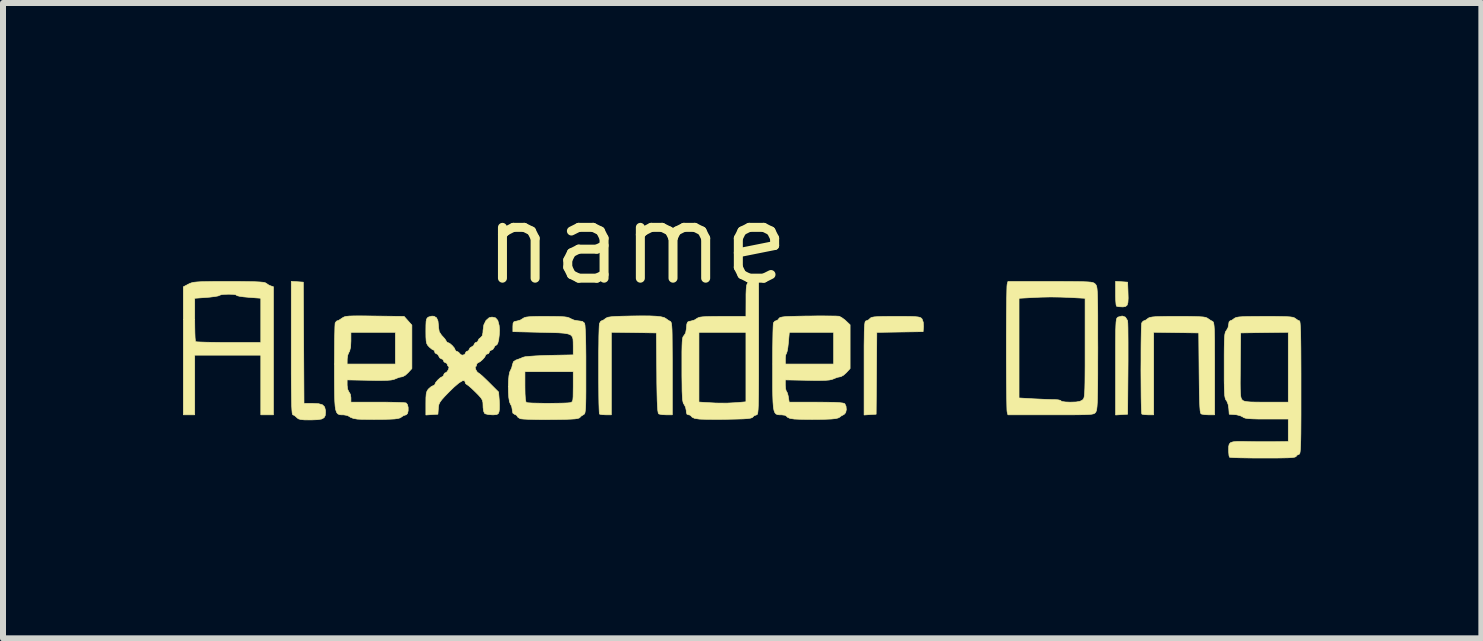
<source format=kicad_pcb>
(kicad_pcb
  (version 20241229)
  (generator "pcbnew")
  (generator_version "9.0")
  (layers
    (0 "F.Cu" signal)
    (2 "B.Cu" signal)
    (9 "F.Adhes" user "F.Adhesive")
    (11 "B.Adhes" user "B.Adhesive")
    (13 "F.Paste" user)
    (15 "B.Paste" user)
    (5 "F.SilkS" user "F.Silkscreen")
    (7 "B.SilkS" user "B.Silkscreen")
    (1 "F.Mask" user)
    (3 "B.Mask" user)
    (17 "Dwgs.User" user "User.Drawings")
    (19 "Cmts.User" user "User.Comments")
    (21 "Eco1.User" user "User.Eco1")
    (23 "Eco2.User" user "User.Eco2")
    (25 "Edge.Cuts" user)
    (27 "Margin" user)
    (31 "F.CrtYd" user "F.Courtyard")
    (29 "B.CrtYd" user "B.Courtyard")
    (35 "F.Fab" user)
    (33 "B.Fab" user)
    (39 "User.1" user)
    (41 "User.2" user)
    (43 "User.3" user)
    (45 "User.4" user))
  (footprint "name"
    (layer "F.Cu")
    (at 7.561 1.006)
    (property "Reference" "name" (at 0 0 0) (layer "F.SilkS") (effects (font (size 1.27 1.27) (thickness 0.15))))
    (attr through_hole)
    (fp_poly (pts (xy 8.08 0.639) (xy 8.181 0.646) (xy 8.187 0.804) (xy 8.19 0.912) (xy 8.186 0.984) (xy 8.173 1.028) (xy 8.148 1.05) (xy 8.109 1.058) (xy 8.089 1.058) (xy 8.033 1.055) (xy 7.997 1.047) (xy 7.994 1.044) (xy 7.988 1.018) (xy 7.983 0.96) (xy 7.98 0.88) (xy 7.98 0.831) (xy 7.98 0.633) (xy 8.08 0.639)) (stroke (width 0.01) (type solid)) (fill yes) (layer "F.SilkS"))
    (fp_poly (pts (xy 8.144 1.229) (xy 8.177 1.282) (xy 8.181 1.297) (xy 8.184 1.334) (xy 8.186 1.407) (xy 8.187 1.513) (xy 8.188 1.644) (xy 8.188 1.796) (xy 8.188 1.964) (xy 8.187 2.106) (xy 8.181 2.847) (xy 8.08 2.853) (xy 7.98 2.86) (xy 7.98 2.055) (xy 7.98 1.849) (xy 7.98 1.682) (xy 7.981 1.549) (xy 7.982 1.446) (xy 7.985 1.369) (xy 7.988 1.313) (xy 7.993 1.276) (xy 7.999 1.252) (xy 8.008 1.239) (xy 8.018 1.23) (xy 8.024 1.227) (xy 8.09 1.21) (xy 8.144 1.229)) (stroke (width 0.01) (type solid)) (fill yes) (layer "F.SilkS"))
    (fp_poly (pts (xy -5.657 0.639) (xy -5.556 0.646) (xy -5.545 2.667) (xy -5.399 2.667) (xy -5.3 2.672) (xy -5.237 2.69) (xy -5.201 2.726) (xy -5.187 2.784) (xy -5.186 2.816) (xy -5.191 2.869) (xy -5.211 2.905) (xy -5.251 2.927) (xy -5.32 2.938) (xy -5.423 2.942) (xy -5.449 2.942) (xy -5.541 2.941) (xy -5.6 2.935) (xy -5.638 2.924) (xy -5.663 2.905) (xy -5.667 2.9) (xy -5.704 2.868) (xy -5.73 2.857) (xy -5.736 2.85) (xy -5.742 2.825) (xy -5.746 2.78) (xy -5.75 2.713) (xy -5.752 2.619) (xy -5.754 2.497) (xy -5.756 2.343) (xy -5.757 2.155) (xy -5.757 1.929) (xy -5.757 1.745) (xy -5.757 0.633) (xy -5.657 0.639)) (stroke (width 0.01) (type solid)) (fill yes) (layer "F.SilkS"))
    (fp_poly (pts (xy 4.459 1.217) (xy 4.564 1.218) (xy 4.638 1.221) (xy 4.688 1.226) (xy 4.72 1.233) (xy 4.74 1.244) (xy 4.753 1.258) (xy 4.755 1.259) (xy 4.775 1.314) (xy 4.779 1.386) (xy 4.773 1.471) (xy 4.387 1.477) (xy 4.001 1.483) (xy 3.996 2.165) (xy 3.99 2.847) (xy 3.889 2.853) (xy 3.789 2.86) (xy 3.789 2.075) (xy 3.789 1.872) (xy 3.789 1.706) (xy 3.791 1.575) (xy 3.792 1.475) (xy 3.795 1.401) (xy 3.799 1.35) (xy 3.804 1.317) (xy 3.81 1.299) (xy 3.819 1.292) (xy 3.824 1.291) (xy 3.863 1.275) (xy 3.885 1.254) (xy 3.899 1.241) (xy 3.921 1.232) (xy 3.958 1.225) (xy 4.016 1.221) (xy 4.1 1.218) (xy 4.216 1.217) (xy 4.318 1.217) (xy 4.459 1.217)) (stroke (width 0.01) (type solid)) (fill yes) (layer "F.SilkS"))
    (fp_poly (pts (xy -6.614 0.635) (xy -6.471 0.637) (xy -6.361 0.639) (xy -6.281 0.643) (xy -6.227 0.648) (xy -6.193 0.655) (xy -6.176 0.664) (xy -6.176 0.664) (xy -6.132 0.694) (xy -6.1 0.708) (xy -6.054 0.723) (xy -6.054 2.857) (xy -6.265 2.857) (xy -6.265 1.863) (xy -7.366 1.863) (xy -7.366 2.857) (xy -7.556 2.857) (xy -7.556 0.915) (xy -7.366 0.915) (xy -7.366 1.269) (xy -7.365 1.387) (xy -7.363 1.491) (xy -7.36 1.571) (xy -7.355 1.623) (xy -7.352 1.637) (xy -7.328 1.641) (xy -7.267 1.644) (xy -7.176 1.647) (xy -7.059 1.649) (xy -6.924 1.651) (xy -6.802 1.651) (xy -6.265 1.651) (xy -6.265 0.914) (xy -6.466 0.899) (xy -6.553 0.891) (xy -6.621 0.881) (xy -6.661 0.871) (xy -6.668 0.865) (xy -6.686 0.855) (xy -6.734 0.849) (xy -6.798 0.847) (xy -6.864 0.849) (xy -6.919 0.854) (xy -6.95 0.864) (xy -6.952 0.866) (xy -6.977 0.876) (xy -7.034 0.886) (xy -7.114 0.896) (xy -7.165 0.9) (xy -7.366 0.915) (xy -7.556 0.915) (xy -7.556 0.724) (xy -7.471 0.679) (xy -7.444 0.666) (xy -7.415 0.656) (xy -7.379 0.648) (xy -7.33 0.643) (xy -7.264 0.639) (xy -7.175 0.637) (xy -7.057 0.635) (xy -6.906 0.635) (xy -6.795 0.635) (xy -6.614 0.635)) (stroke (width 0.01) (type solid)) (fill yes) (layer "F.SilkS"))
    (fp_poly (pts (xy 0.22 1.209) (xy 0.327 1.214) (xy 0.404 1.223) (xy 0.457 1.236) (xy 0.489 1.254) (xy 0.492 1.257) (xy 0.536 1.288) (xy 0.556 1.297) (xy 0.565 1.303) (xy 0.573 1.316) (xy 0.579 1.34) (xy 0.584 1.379) (xy 0.588 1.438) (xy 0.59 1.519) (xy 0.591 1.628) (xy 0.592 1.769) (xy 0.593 1.945) (xy 0.593 2.084) (xy 0.593 2.857) (xy 0.492 2.857) (xy 0.427 2.854) (xy 0.378 2.845) (xy 0.365 2.84) (xy 0.358 2.824) (xy 0.351 2.785) (xy 0.346 2.719) (xy 0.341 2.623) (xy 0.338 2.494) (xy 0.335 2.328) (xy 0.334 2.158) (xy 0.328 1.492) (xy -0.048 1.486) (xy -0.423 1.481) (xy -0.423 2.857) (xy -0.515 2.857) (xy -0.574 2.854) (xy -0.614 2.847) (xy -0.621 2.843) (xy -0.624 2.819) (xy -0.627 2.759) (xy -0.63 2.668) (xy -0.632 2.553) (xy -0.633 2.418) (xy -0.634 2.271) (xy -0.634 2.117) (xy -0.634 1.962) (xy -0.634 1.812) (xy -0.632 1.673) (xy -0.631 1.55) (xy -0.628 1.45) (xy -0.625 1.378) (xy -0.622 1.341) (xy -0.622 1.339) (xy -0.603 1.302) (xy -0.587 1.291) (xy -0.555 1.278) (xy -0.523 1.254) (xy -0.503 1.241) (xy -0.473 1.23) (xy -0.426 1.223) (xy -0.357 1.218) (xy -0.259 1.214) (xy -0.126 1.211) (xy -0.099 1.21) (xy 0.079 1.208) (xy 0.22 1.209)) (stroke (width 0.01) (type solid)) (fill yes) (layer "F.SilkS"))
    (fp_poly (pts (xy 9.172 1.217) (xy 9.291 1.219) (xy 9.378 1.222) (xy 9.439 1.226) (xy 9.479 1.233) (xy 9.505 1.243) (xy 9.517 1.251) (xy 9.564 1.283) (xy 9.594 1.298) (xy 9.603 1.304) (xy 9.611 1.317) (xy 9.617 1.34) (xy 9.622 1.379) (xy 9.626 1.438) (xy 9.628 1.519) (xy 9.63 1.628) (xy 9.63 1.768) (xy 9.631 1.944) (xy 9.631 2.084) (xy 9.631 2.857) (xy 9.53 2.857) (xy 9.465 2.854) (xy 9.416 2.845) (xy 9.404 2.84) (xy 9.396 2.824) (xy 9.389 2.785) (xy 9.384 2.719) (xy 9.38 2.623) (xy 9.376 2.494) (xy 9.374 2.328) (xy 9.372 2.158) (xy 9.366 1.492) (xy 8.615 1.481) (xy 8.615 2.857) (xy 8.523 2.857) (xy 8.464 2.854) (xy 8.424 2.847) (xy 8.417 2.843) (xy 8.414 2.819) (xy 8.411 2.759) (xy 8.408 2.668) (xy 8.406 2.553) (xy 8.405 2.418) (xy 8.404 2.271) (xy 8.403 2.116) (xy 8.404 1.96) (xy 8.404 1.809) (xy 8.405 1.669) (xy 8.407 1.544) (xy 8.409 1.442) (xy 8.412 1.369) (xy 8.415 1.329) (xy 8.416 1.325) (xy 8.439 1.296) (xy 8.451 1.291) (xy 8.483 1.278) (xy 8.515 1.254) (xy 8.532 1.242) (xy 8.558 1.233) (xy 8.597 1.226) (xy 8.656 1.221) (xy 8.739 1.219) (xy 8.853 1.217) (xy 9.004 1.217) (xy 9.017 1.217) (xy 9.172 1.217)) (stroke (width 0.01) (type solid)) (fill yes) (layer "F.SilkS"))
    (fp_poly (pts (xy 2.032 1.746) (xy 2.032 1.992) (xy 2.032 2.2) (xy 2.031 2.371) (xy 2.03 2.51) (xy 2.028 2.62) (xy 2.026 2.705) (xy 2.023 2.767) (xy 2.019 2.81) (xy 2.014 2.837) (xy 2.008 2.851) (xy 2.001 2.857) (xy 1.997 2.857) (xy 1.956 2.873) (xy 1.938 2.891) (xy 1.923 2.904) (xy 1.894 2.913) (xy 1.846 2.92) (xy 1.773 2.925) (xy 1.669 2.928) (xy 1.534 2.931) (xy 1.402 2.933) (xy 1.276 2.933) (xy 1.167 2.932) (xy 1.082 2.93) (xy 1.041 2.928) (xy 0.964 2.916) (xy 0.922 2.896) (xy 0.917 2.888) (xy 0.889 2.862) (xy 0.866 2.857) (xy 0.837 2.847) (xy 0.826 2.809) (xy 0.826 2.79) (xy 0.814 2.73) (xy 0.79 2.684) (xy 0.779 2.668) (xy 0.771 2.642) (xy 0.764 2.603) (xy 0.76 2.544) (xy 0.756 2.462) (xy 0.755 2.35) (xy 0.753 2.203) (xy 0.753 2.104) (xy 0.753 1.937) (xy 0.753 1.808) (xy 0.755 1.71) (xy 0.758 1.64) (xy 0.763 1.593) (xy 0.769 1.563) (xy 0.779 1.545) (xy 0.787 1.537) (xy 0.815 1.493) (xy 0.817 1.482) (xy 1.037 1.482) (xy 1.037 2.644) (xy 1.138 2.651) (xy 1.322 2.661) (xy 1.504 2.662) (xy 1.664 2.654) (xy 1.677 2.653) (xy 1.82 2.64) (xy 1.82 1.482) (xy 1.037 1.482) (xy 0.817 1.482) (xy 0.829 1.413) (xy 0.829 1.406) (xy 0.835 1.344) (xy 0.848 1.312) (xy 0.873 1.299) (xy 0.9 1.295) (xy 0.96 1.278) (xy 1.002 1.252) (xy 1.022 1.24) (xy 1.052 1.23) (xy 1.098 1.224) (xy 1.167 1.22) (xy 1.265 1.218) (xy 1.398 1.217) (xy 1.431 1.217) (xy 1.82 1.217) (xy 1.821 0.974) (xy 1.821 0.847) (xy 1.825 0.757) (xy 1.832 0.697) (xy 1.847 0.66) (xy 1.87 0.642) (xy 1.905 0.636) (xy 1.939 0.635) (xy 2.032 0.635) (xy 2.032 1.746)) (stroke (width 0.01) (type solid)) (fill yes) (layer "F.SilkS"))
    (fp_poly (pts (xy -4.507 1.209) (xy -4.365 1.211) (xy -3.876 1.217) (xy -3.811 1.29) (xy -3.747 1.362) (xy -3.747 2.086) (xy -3.809 2.154) (xy -3.856 2.197) (xy -3.9 2.221) (xy -3.911 2.223) (xy -3.958 2.232) (xy -4.015 2.254) (xy -4.018 2.256) (xy -4.05 2.268) (xy -4.094 2.277) (xy -4.156 2.282) (xy -4.242 2.284) (xy -4.36 2.284) (xy -4.455 2.282) (xy -4.826 2.275) (xy -4.826 2.363) (xy -4.818 2.43) (xy -4.797 2.474) (xy -4.794 2.477) (xy -4.772 2.515) (xy -4.763 2.571) (xy -4.763 2.574) (xy -4.763 2.646) (xy -4.32 2.646) (xy -4.185 2.646) (xy -4.064 2.648) (xy -3.963 2.651) (xy -3.889 2.654) (xy -3.848 2.658) (xy -3.843 2.659) (xy -3.821 2.686) (xy -3.809 2.734) (xy -3.809 2.789) (xy -3.82 2.835) (xy -3.842 2.857) (xy -3.845 2.857) (xy -3.888 2.871) (xy -3.92 2.893) (xy -3.943 2.908) (xy -3.979 2.918) (xy -4.035 2.926) (xy -4.117 2.93) (xy -4.233 2.933) (xy -4.261 2.933) (xy -4.379 2.934) (xy -4.491 2.933) (xy -4.585 2.932) (xy -4.651 2.929) (xy -4.66 2.928) (xy -4.725 2.916) (xy -4.773 2.897) (xy -4.785 2.888) (xy -4.822 2.868) (xy -4.88 2.858) (xy -4.891 2.857) (xy -4.929 2.857) (xy -4.959 2.852) (xy -4.983 2.84) (xy -5.002 2.815) (xy -5.016 2.774) (xy -5.026 2.714) (xy -5.032 2.629) (xy -5.035 2.517) (xy -5.037 2.373) (xy -5.038 2.193) (xy -5.038 2.061) (xy -5.038 2.011) (xy -4.826 2.011) (xy -4.022 2.011) (xy -4.022 1.482) (xy -4.763 1.482) (xy -4.763 1.626) (xy -4.768 1.729) (xy -4.785 1.797) (xy -4.794 1.811) (xy -4.815 1.86) (xy -4.825 1.924) (xy -4.825 1.931) (xy -4.826 2.011) (xy -5.038 2.011) (xy -5.037 1.891) (xy -5.036 1.734) (xy -5.035 1.596) (xy -5.032 1.48) (xy -5.03 1.393) (xy -5.027 1.339) (xy -5.025 1.325) (xy -5.004 1.296) (xy -4.992 1.291) (xy -4.963 1.28) (xy -4.919 1.251) (xy -4.914 1.248) (xy -4.893 1.234) (xy -4.869 1.223) (xy -4.837 1.216) (xy -4.79 1.211) (xy -4.724 1.209) (xy -4.631 1.208) (xy -4.507 1.209)) (stroke (width 0.01) (type solid)) (fill yes) (layer "F.SilkS"))
    (fp_poly (pts (xy 7.084 0.635) (xy 7.238 0.636) (xy 7.359 0.637) (xy 7.451 0.639) (xy 7.518 0.642) (xy 7.566 0.646) (xy 7.598 0.652) (xy 7.619 0.66) (xy 7.634 0.67) (xy 7.641 0.677) (xy 7.651 0.688) (xy 7.659 0.702) (xy 7.666 0.723) (xy 7.671 0.755) (xy 7.675 0.8) (xy 7.678 0.863) (xy 7.68 0.948) (xy 7.682 1.058) (xy 7.683 1.197) (xy 7.683 1.368) (xy 7.683 1.575) (xy 7.684 1.742) (xy 7.683 1.98) (xy 7.683 2.179) (xy 7.682 2.343) (xy 7.68 2.475) (xy 7.678 2.58) (xy 7.675 2.66) (xy 7.671 2.719) (xy 7.666 2.76) (xy 7.66 2.788) (xy 7.653 2.806) (xy 7.651 2.81) (xy 7.641 2.823) (xy 7.629 2.833) (xy 7.61 2.841) (xy 7.58 2.847) (xy 7.534 2.851) (xy 7.468 2.854) (xy 7.378 2.856) (xy 7.259 2.857) (xy 7.107 2.857) (xy 6.917 2.857) (xy 6.186 2.857) (xy 6.173 2.81) (xy 6.17 2.78) (xy 6.168 2.711) (xy 6.166 2.61) (xy 6.164 2.478) (xy 6.162 2.322) (xy 6.161 2.146) (xy 6.16 1.953) (xy 6.16 1.748) (xy 6.16 1.746) (xy 6.16 1.541) (xy 6.161 1.348) (xy 6.162 1.172) (xy 6.164 1.015) (xy 6.165 0.915) (xy 6.371 0.915) (xy 6.371 2.576) (xy 6.609 2.59) (xy 6.719 2.595) (xy 6.826 2.6) (xy 6.915 2.603) (xy 6.959 2.603) (xy 7.021 2.607) (xy 7.061 2.616) (xy 7.07 2.625) (xy 7.089 2.635) (xy 7.143 2.643) (xy 7.221 2.646) (xy 7.228 2.646) (xy 7.322 2.643) (xy 7.384 2.633) (xy 7.424 2.613) (xy 7.429 2.609) (xy 7.44 2.599) (xy 7.449 2.585) (xy 7.456 2.563) (xy 7.461 2.53) (xy 7.465 2.48) (xy 7.468 2.411) (xy 7.47 2.318) (xy 7.471 2.197) (xy 7.472 2.044) (xy 7.472 1.855) (xy 7.472 1.744) (xy 7.472 0.915) (xy 7.197 0.9) (xy 7.057 0.895) (xy 6.897 0.893) (xy 6.741 0.896) (xy 6.646 0.9) (xy 6.371 0.915) (xy 6.165 0.915) (xy 6.166 0.884) (xy 6.168 0.782) (xy 6.17 0.713) (xy 6.173 0.683) (xy 6.173 0.683) (xy 6.186 0.635) (xy 6.892 0.635) (xy 7.084 0.635)) (stroke (width 0.01) (type solid)) (fill yes) (layer "F.SilkS"))
    (fp_poly (pts (xy 3.235 1.21) (xy 3.317 1.211) (xy 3.366 1.214) (xy 3.375 1.215) (xy 3.417 1.237) (xy 3.47 1.276) (xy 3.487 1.292) (xy 3.556 1.357) (xy 3.556 2.086) (xy 3.494 2.154) (xy 3.446 2.197) (xy 3.402 2.221) (xy 3.391 2.223) (xy 3.345 2.232) (xy 3.287 2.254) (xy 3.284 2.256) (xy 3.252 2.268) (xy 3.208 2.277) (xy 3.147 2.282) (xy 3.061 2.284) (xy 2.943 2.284) (xy 2.847 2.282) (xy 2.476 2.275) (xy 2.476 2.364) (xy 2.481 2.422) (xy 2.491 2.459) (xy 2.495 2.464) (xy 2.51 2.491) (xy 2.524 2.542) (xy 2.527 2.561) (xy 2.541 2.646) (xy 2.991 2.646) (xy 3.158 2.647) (xy 3.286 2.649) (xy 3.378 2.654) (xy 3.437 2.661) (xy 3.465 2.67) (xy 3.467 2.671) (xy 3.488 2.714) (xy 3.493 2.77) (xy 3.482 2.821) (xy 3.456 2.85) (xy 3.455 2.851) (xy 3.409 2.875) (xy 3.381 2.897) (xy 3.355 2.91) (xy 3.312 2.92) (xy 3.245 2.927) (xy 3.148 2.931) (xy 3.042 2.933) (xy 2.922 2.934) (xy 2.807 2.933) (xy 2.708 2.931) (xy 2.638 2.928) (xy 2.629 2.928) (xy 2.552 2.916) (xy 2.51 2.896) (xy 2.505 2.888) (xy 2.475 2.865) (xy 2.414 2.857) (xy 2.376 2.857) (xy 2.344 2.853) (xy 2.32 2.842) (xy 2.301 2.819) (xy 2.287 2.781) (xy 2.277 2.724) (xy 2.271 2.643) (xy 2.267 2.534) (xy 2.265 2.394) (xy 2.265 2.219) (xy 2.265 2.069) (xy 2.265 1.927) (xy 2.477 1.927) (xy 2.477 2.011) (xy 3.281 2.011) (xy 3.281 1.482) (xy 2.543 1.482) (xy 2.528 1.651) (xy 2.519 1.732) (xy 2.508 1.795) (xy 2.497 1.83) (xy 2.495 1.833) (xy 2.483 1.859) (xy 2.477 1.911) (xy 2.477 1.927) (xy 2.265 1.927) (xy 2.265 1.899) (xy 2.266 1.741) (xy 2.268 1.601) (xy 2.27 1.484) (xy 2.273 1.395) (xy 2.276 1.34) (xy 2.278 1.325) (xy 2.303 1.295) (xy 2.319 1.291) (xy 2.352 1.275) (xy 2.368 1.254) (xy 2.378 1.242) (xy 2.398 1.233) (xy 2.431 1.226) (xy 2.485 1.22) (xy 2.563 1.217) (xy 2.671 1.214) (xy 2.815 1.211) (xy 2.86 1.211) (xy 3 1.209) (xy 3.127 1.209) (xy 3.235 1.21)) (stroke (width 0.01) (type solid)) (fill yes) (layer "F.SilkS"))
    (fp_poly (pts (xy -1.372 1.218) (xy -1.273 1.22) (xy -1.204 1.224) (xy -1.156 1.231) (xy -1.123 1.242) (xy -1.101 1.254) (xy -1.044 1.279) (xy -0.975 1.291) (xy -0.97 1.291) (xy -0.905 1.3) (xy -0.87 1.329) (xy -0.869 1.332) (xy -0.862 1.366) (xy -0.857 1.44) (xy -0.852 1.552) (xy -0.849 1.7) (xy -0.847 1.883) (xy -0.847 2.097) (xy -0.847 2.105) (xy -0.847 2.301) (xy -0.847 2.459) (xy -0.848 2.583) (xy -0.85 2.678) (xy -0.853 2.746) (xy -0.858 2.794) (xy -0.863 2.824) (xy -0.87 2.841) (xy -0.88 2.85) (xy -0.884 2.852) (xy -0.929 2.881) (xy -0.945 2.899) (xy -0.959 2.91) (xy -0.986 2.918) (xy -1.03 2.925) (xy -1.097 2.929) (xy -1.193 2.933) (xy -1.322 2.935) (xy -1.432 2.936) (xy -1.571 2.937) (xy -1.697 2.935) (xy -1.804 2.932) (xy -1.885 2.928) (xy -1.934 2.923) (xy -1.942 2.921) (xy -1.979 2.899) (xy -1.99 2.882) (xy -2.007 2.861) (xy -2.032 2.851) (xy -2.064 2.829) (xy -2.074 2.779) (xy -2.074 2.773) (xy -2.084 2.716) (xy -2.106 2.675) (xy -2.121 2.638) (xy -2.132 2.57) (xy -2.138 2.482) (xy -2.14 2.384) (xy -2.137 2.288) (xy -2.129 2.204) (xy -2.117 2.144) (xy -2.114 2.138) (xy -1.863 2.138) (xy -1.863 2.39) (xy -1.861 2.509) (xy -1.856 2.589) (xy -1.848 2.636) (xy -1.836 2.653) (xy -1.804 2.657) (xy -1.739 2.661) (xy -1.649 2.663) (xy -1.545 2.665) (xy -1.434 2.665) (xy -1.326 2.664) (xy -1.23 2.662) (xy -1.155 2.659) (xy -1.111 2.655) (xy -1.106 2.654) (xy -1.086 2.646) (xy -1.072 2.632) (xy -1.064 2.604) (xy -1.06 2.553) (xy -1.059 2.474) (xy -1.058 2.389) (xy -1.058 2.138) (xy -1.863 2.138) (xy -2.114 2.138) (xy -2.108 2.126) (xy -2.083 2.072) (xy -2.071 2.021) (xy -2.054 1.971) (xy -2.011 1.943) (xy -2 1.94) (xy -1.94 1.918) (xy -1.894 1.898) (xy -1.859 1.889) (xy -1.786 1.882) (xy -1.684 1.875) (xy -1.558 1.869) (xy -1.455 1.866) (xy -1.058 1.858) (xy -1.058 1.711) (xy -1.059 1.644) (xy -1.062 1.593) (xy -1.074 1.555) (xy -1.1 1.527) (xy -1.143 1.509) (xy -1.21 1.497) (xy -1.304 1.49) (xy -1.431 1.486) (xy -1.595 1.482) (xy -1.597 1.482) (xy -2.064 1.471) (xy -2.064 1.386) (xy -2.061 1.332) (xy -2.046 1.306) (xy -2.01 1.296) (xy -2 1.295) (xy -1.94 1.278) (xy -1.897 1.252) (xy -1.877 1.239) (xy -1.845 1.229) (xy -1.796 1.223) (xy -1.723 1.219) (xy -1.62 1.217) (xy -1.506 1.217) (xy -1.372 1.218)) (stroke (width 0.01) (type solid)) (fill yes) (layer "F.SilkS"))
    (fp_poly (pts (xy 10.622 1.217) (xy 10.741 1.219) (xy 10.828 1.221) (xy 10.89 1.225) (xy 10.931 1.231) (xy 10.959 1.24) (xy 10.977 1.252) (xy 10.98 1.254) (xy 11.02 1.282) (xy 11.045 1.291) (xy 11.051 1.302) (xy 11.056 1.336) (xy 11.06 1.396) (xy 11.064 1.484) (xy 11.066 1.603) (xy 11.068 1.754) (xy 11.069 1.941) (xy 11.07 2.166) (xy 11.07 2.402) (xy 11.07 2.65) (xy 11.07 2.858) (xy 11.069 3.03) (xy 11.068 3.17) (xy 11.066 3.281) (xy 11.063 3.366) (xy 11.06 3.428) (xy 11.056 3.47) (xy 11.051 3.496) (xy 11.045 3.51) (xy 11.038 3.514) (xy 11.038 3.514) (xy 11.002 3.531) (xy 10.993 3.545) (xy 10.984 3.555) (xy 10.963 3.563) (xy 10.924 3.569) (xy 10.863 3.573) (xy 10.776 3.575) (xy 10.657 3.577) (xy 10.503 3.577) (xy 10.436 3.577) (xy 10.289 3.577) (xy 10.155 3.575) (xy 10.041 3.573) (xy 9.953 3.57) (xy 9.897 3.566) (xy 9.878 3.563) (xy 9.87 3.535) (xy 9.865 3.48) (xy 9.864 3.437) (xy 9.865 3.384) (xy 9.874 3.346) (xy 9.896 3.321) (xy 9.938 3.307) (xy 10.006 3.301) (xy 10.105 3.301) (xy 10.189 3.303) (xy 10.316 3.305) (xy 10.457 3.305) (xy 10.59 3.305) (xy 10.642 3.305) (xy 10.858 3.302) (xy 10.858 2.927) (xy 10.499 2.927) (xy 10.362 2.927) (xy 10.262 2.924) (xy 10.191 2.92) (xy 10.144 2.913) (xy 10.115 2.903) (xy 10.102 2.894) (xy 10.058 2.872) (xy 9.994 2.856) (xy 9.969 2.854) (xy 9.874 2.847) (xy 9.867 2.752) (xy 9.856 2.684) (xy 9.834 2.629) (xy 9.825 2.617) (xy 9.814 2.601) (xy 9.806 2.576) (xy 9.799 2.538) (xy 9.795 2.48) (xy 9.792 2.399) (xy 9.791 2.327) (xy 10.057 2.327) (xy 10.058 2.424) (xy 10.061 2.495) (xy 10.065 2.544) (xy 10.072 2.576) (xy 10.081 2.597) (xy 10.089 2.607) (xy 10.105 2.621) (xy 10.13 2.631) (xy 10.168 2.638) (xy 10.227 2.643) (xy 10.313 2.645) (xy 10.432 2.646) (xy 10.491 2.646) (xy 10.858 2.646) (xy 10.858 1.481) (xy 10.462 1.486) (xy 10.065 1.492) (xy 10.059 2.03) (xy 10.058 2.197) (xy 10.057 2.327) (xy 9.791 2.327) (xy 9.79 2.289) (xy 9.79 2.145) (xy 9.79 2.034) (xy 9.79 1.866) (xy 9.791 1.736) (xy 9.793 1.638) (xy 9.796 1.566) (xy 9.801 1.517) (xy 9.808 1.485) (xy 9.817 1.464) (xy 9.827 1.452) (xy 9.854 1.404) (xy 9.864 1.353) (xy 9.871 1.309) (xy 9.888 1.291) (xy 9.922 1.278) (xy 9.954 1.254) (xy 9.972 1.242) (xy 9.997 1.233) (xy 10.036 1.226) (xy 10.093 1.222) (xy 10.176 1.219) (xy 10.289 1.218) (xy 10.437 1.217) (xy 10.467 1.217) (xy 10.622 1.217)) (stroke (width 0.01) (type solid)) (fill yes) (layer "F.SilkS"))
    (fp_poly (pts (xy -3.377 1.215) (xy -3.336 1.24) (xy -3.312 1.293) (xy -3.303 1.38) (xy -3.302 1.403) (xy -3.291 1.472) (xy -3.253 1.53) (xy -3.239 1.545) (xy -3.199 1.589) (xy -3.177 1.622) (xy -3.175 1.629) (xy -3.159 1.65) (xy -3.152 1.651) (xy -3.117 1.666) (xy -3.075 1.702) (xy -3.04 1.743) (xy -3.027 1.773) (xy -3.01 1.797) (xy -2.997 1.799) (xy -2.965 1.816) (xy -2.956 1.831) (xy -2.927 1.857) (xy -2.9 1.863) (xy -2.865 1.85) (xy -2.857 1.831) (xy -2.841 1.803) (xy -2.826 1.799) (xy -2.798 1.783) (xy -2.794 1.769) (xy -2.776 1.739) (xy -2.752 1.725) (xy -2.717 1.702) (xy -2.709 1.681) (xy -2.692 1.655) (xy -2.678 1.651) (xy -2.649 1.637) (xy -2.646 1.624) (xy -2.63 1.593) (xy -2.603 1.571) (xy -2.575 1.541) (xy -2.563 1.489) (xy -2.561 1.449) (xy -2.548 1.358) (xy -2.512 1.285) (xy -2.46 1.239) (xy -2.412 1.228) (xy -2.353 1.241) (xy -2.315 1.284) (xy -2.294 1.363) (xy -2.292 1.374) (xy -2.287 1.449) (xy -2.291 1.529) (xy -2.3 1.604) (xy -2.315 1.662) (xy -2.332 1.692) (xy -2.338 1.693) (xy -2.365 1.711) (xy -2.377 1.736) (xy -2.4 1.77) (xy -2.422 1.778) (xy -2.451 1.794) (xy -2.455 1.81) (xy -2.472 1.838) (xy -2.487 1.841) (xy -2.515 1.854) (xy -2.519 1.866) (xy -2.534 1.896) (xy -2.569 1.936) (xy -2.611 1.972) (xy -2.644 1.989) (xy -2.647 1.99) (xy -2.665 2.007) (xy -2.667 2.021) (xy -2.677 2.05) (xy -2.686 2.053) (xy -2.692 2.069) (xy -2.681 2.106) (xy -2.657 2.145) (xy -2.638 2.159) (xy -2.617 2.173) (xy -2.572 2.211) (xy -2.513 2.267) (xy -2.461 2.318) (xy -2.302 2.477) (xy -2.291 2.612) (xy -2.288 2.693) (xy -2.289 2.764) (xy -2.294 2.803) (xy -2.307 2.836) (xy -2.332 2.852) (xy -2.382 2.857) (xy -2.409 2.857) (xy -2.474 2.852) (xy -2.523 2.84) (xy -2.536 2.832) (xy -2.551 2.797) (xy -2.56 2.737) (xy -2.561 2.704) (xy -2.563 2.652) (xy -2.573 2.612) (xy -2.597 2.573) (xy -2.641 2.524) (xy -2.689 2.476) (xy -2.749 2.418) (xy -2.8 2.374) (xy -2.832 2.351) (xy -2.837 2.349) (xy -2.855 2.332) (xy -2.857 2.318) (xy -2.87 2.287) (xy -2.906 2.29) (xy -2.965 2.327) (xy -3.046 2.396) (xy -3.121 2.469) (xy -3.197 2.547) (xy -3.248 2.604) (xy -3.28 2.648) (xy -3.297 2.685) (xy -3.304 2.724) (xy -3.306 2.749) (xy -3.313 2.847) (xy -3.413 2.853) (xy -3.514 2.86) (xy -3.514 2.666) (xy -3.513 2.571) (xy -3.508 2.509) (xy -3.497 2.467) (xy -3.479 2.437) (xy -3.466 2.422) (xy -3.425 2.387) (xy -3.393 2.371) (xy -3.392 2.371) (xy -3.367 2.358) (xy -3.365 2.351) (xy -3.351 2.319) (xy -3.316 2.278) (xy -3.276 2.241) (xy -3.244 2.223) (xy -3.241 2.223) (xy -3.22 2.205) (xy -3.217 2.191) (xy -3.203 2.163) (xy -3.191 2.159) (xy -3.163 2.141) (xy -3.14 2.106) (xy -3.128 2.068) (xy -3.135 2.053) (xy -3.152 2.036) (xy -3.154 2.021) (xy -3.171 1.993) (xy -3.186 1.99) (xy -3.214 1.973) (xy -3.217 1.958) (xy -3.234 1.93) (xy -3.251 1.926) (xy -3.283 1.908) (xy -3.296 1.884) (xy -3.317 1.849) (xy -3.336 1.841) (xy -3.362 1.825) (xy -3.365 1.81) (xy -3.376 1.782) (xy -3.386 1.778) (xy -3.413 1.764) (xy -3.453 1.731) (xy -3.46 1.724) (xy -3.485 1.696) (xy -3.5 1.667) (xy -3.509 1.625) (xy -3.513 1.562) (xy -3.514 1.466) (xy -3.514 1.46) (xy -3.513 1.363) (xy -3.51 1.3) (xy -3.502 1.262) (xy -3.488 1.24) (xy -3.469 1.227) (xy -3.413 1.212) (xy -3.377 1.215)) (stroke (width 0.01) (type solid)) (fill yes) (layer "F.SilkS")))
  (gr_rect
    (start -3 -3)
    (end 21.637 7.588)
    (stroke (width 0.1) (type default))
    (fill no)
    (layer "Edge.Cuts")))
</source>
